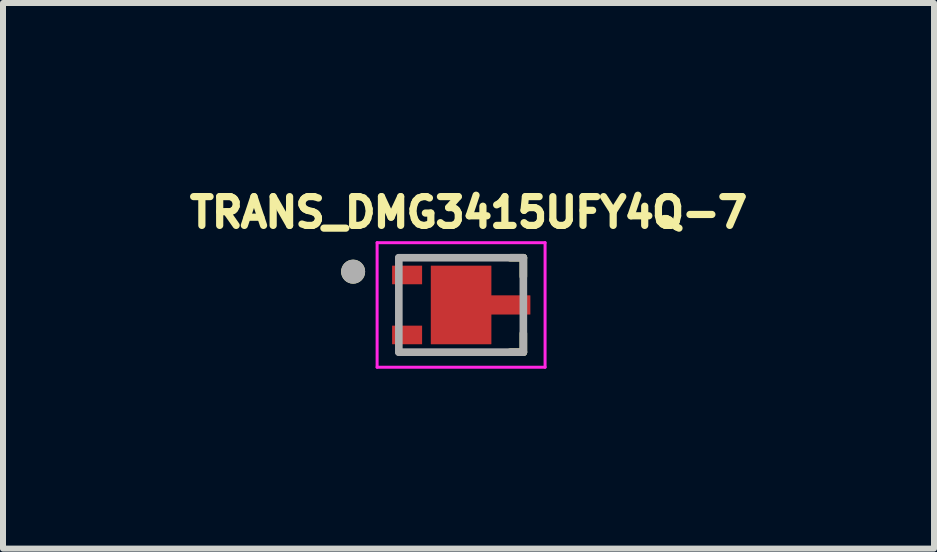
<source format=kicad_pcb>
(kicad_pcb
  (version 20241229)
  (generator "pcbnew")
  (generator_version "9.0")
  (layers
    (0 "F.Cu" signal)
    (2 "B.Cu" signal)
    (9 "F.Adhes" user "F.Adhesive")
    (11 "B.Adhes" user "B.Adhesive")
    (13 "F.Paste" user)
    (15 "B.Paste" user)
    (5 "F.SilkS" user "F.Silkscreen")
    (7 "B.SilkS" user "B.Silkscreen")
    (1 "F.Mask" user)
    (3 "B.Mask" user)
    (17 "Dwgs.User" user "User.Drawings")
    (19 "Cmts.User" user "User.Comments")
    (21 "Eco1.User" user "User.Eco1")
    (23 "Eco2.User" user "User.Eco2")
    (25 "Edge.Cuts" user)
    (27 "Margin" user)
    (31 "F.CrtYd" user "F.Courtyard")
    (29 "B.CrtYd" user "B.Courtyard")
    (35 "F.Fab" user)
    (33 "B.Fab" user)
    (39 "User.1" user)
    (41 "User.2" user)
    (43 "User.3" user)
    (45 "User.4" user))
  (footprint "TRANS_DMG3415UFY4Q-7"
    (layer "F.Cu")
    (at 4.637 2.034)
    (property "Reference" "TRANS_DMG3415UFY4Q-7" (at 0.124 -1.542 0) (layer "F.SilkS") (effects (font (size 0.48 0.48) (thickness 0.15))))
    (attr smd)
    (fp_poly (pts (xy -1.2 -0.705) (xy -0.6 -0.705) (xy -0.6 -0.295) (xy -1.2 -0.295)) (stroke (width 0.01) (type solid)) (fill yes) (layer "F.Mask"))
    (fp_poly (pts (xy -1.2 0.295) (xy -0.6 0.295) (xy -0.6 0.705) (xy -1.2 0.705)) (stroke (width 0.01) (type solid)) (fill yes) (layer "F.Mask"))
    (fp_poly (pts (xy -0.55 -0.7) (xy 0.55 -0.7) (xy 0.55 -0.205) (xy 1.2 -0.205) (xy 1.2 0.205) (xy 0.55 0.205) (xy 0.55 0.7) (xy -0.55 0.7)) (stroke (width 0.01) (type solid)) (fill yes) (layer "F.Mask"))
    (fp_line (start 0.82 -0.787) (end 1.038 -0.787) (stroke (width 0.127) (type solid)) (layer "F.SilkS"))
    (fp_line (start 1.038 -0.787) (end 1.038 -0.475) (stroke (width 0.127) (type solid)) (layer "F.SilkS"))
    (fp_line (start 1.038 0.475) (end 1.038 0.787) (stroke (width 0.127) (type solid)) (layer "F.SilkS"))
    (fp_line (start 1.038 0.787) (end 0.82 0.787) (stroke (width 0.127) (type solid)) (layer "F.SilkS"))
    (fp_circle (center -1.8 -0.555) (end -1.7 -0.555) (stroke (width 0.2) (type solid)) (fill no) (layer "F.SilkS"))
    (fp_poly (pts (xy -0.316 -0.411) (xy 0.316 -0.411) (xy 0.316 0.411) (xy -0.316 0.411)) (stroke (width 0.01) (type solid)) (fill yes) (layer "F.Paste"))
    (fp_poly (pts (xy 0.5 -0.155) (xy 1.15 -0.155) (xy 1.15 0.155) (xy 0.5 0.155)) (stroke (width 0.01) (type solid)) (fill yes) (layer "F.Paste"))
    (fp_line (start -1.4 -1.038) (end -1.4 1.038) (stroke (width 0.05) (type solid)) (layer "F.CrtYd"))
    (fp_line (start -1.4 1.038) (end 1.4 1.038) (stroke (width 0.05) (type solid)) (layer "F.CrtYd"))
    (fp_line (start 1.4 -1.038) (end -1.4 -1.038) (stroke (width 0.05) (type solid)) (layer "F.CrtYd"))
    (fp_line (start 1.4 1.038) (end 1.4 -1.038) (stroke (width 0.05) (type solid)) (layer "F.CrtYd"))
    (fp_line (start -1.038 -0.787) (end 1.038 -0.787) (stroke (width 0.127) (type solid)) (layer "F.Fab"))
    (fp_line (start -1.038 0.787) (end -1.038 -0.787) (stroke (width 0.127) (type solid)) (layer "F.Fab"))
    (fp_line (start 1.038 -0.787) (end 1.038 0.787) (stroke (width 0.127) (type solid)) (layer "F.Fab"))
    (fp_line (start 1.038 0.787) (end -1.038 0.787) (stroke (width 0.127) (type solid)) (layer "F.Fab"))
    (fp_circle (center -1.8 -0.555) (end -1.7 -0.555) (stroke (width 0.2) (type solid)) (fill no) (layer "F.Fab"))
    (pad "1" smd rect (at -0.9 -0.5) (size 0.5 0.31) (layers "F.Cu" "F.Paste"))
    (pad "2" smd rect (at -0.9 0.5) (size 0.5 0.31) (layers "F.Cu" "F.Paste"))
    (pad "3" smd custom (at 0 0) (size 0.5 0.5) (layers "F.Cu") (options (anchor rect)) (primitives (gr_poly (pts (xy -0.5 -0.65) (xy 0.5 -0.65) (xy 0.5 -0.155) (xy 1.15 -0.155) (xy 1.15 0.155) (xy 0.5 0.155) (xy 0.5 0.65) (xy -0.5 0.65)) (width 0.01) (fill yes)))))
  (gr_rect
    (start -3 -3)
    (end 12.521 6.096)
    (stroke (width 0.1) (type default))
    (fill no)
    (layer "Edge.Cuts")))
</source>
